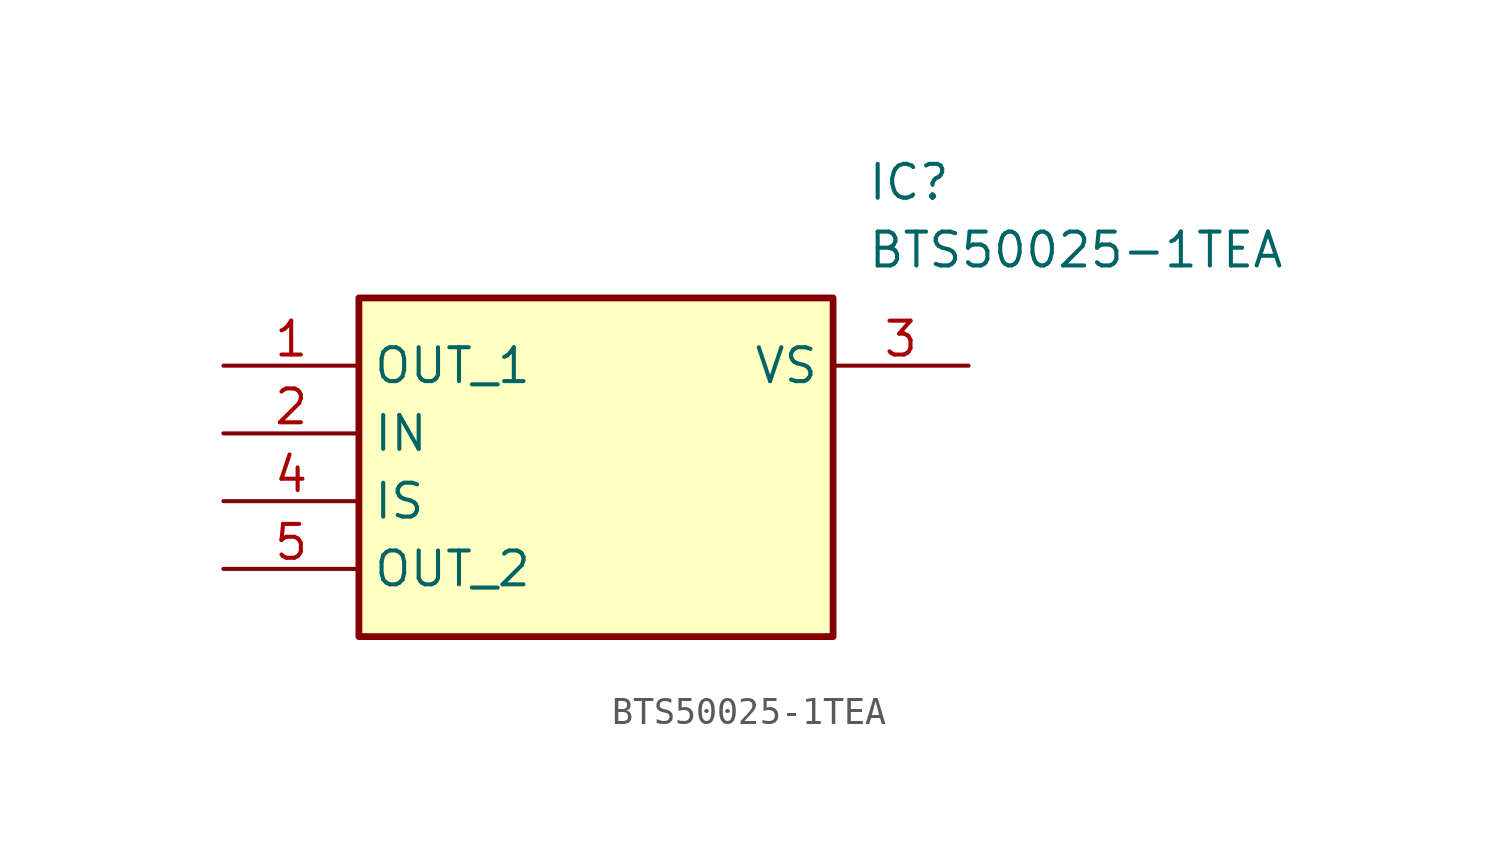
<source format=kicad_sym>
(kicad_symbol_lib
  (version 20211014)
  (generator SamacSys_ECAD_Model)
  (symbol "BTS50025-1TEA"
    (property "Reference" "IC"
      (at 24.13 7.62 0)
      (effects (font (size 1.27 1.27)) (justify left top)))
    (property "Value" "BTS50025-1TEA"
      (at 24.13 5.08 0)
      (effects (font (size 1.27 1.27)) (justify left top)))
    (rectangle
      (start 5.08 2.54)
      (end 22.86 -10.16)
      (stroke (width 0.254) (type default))
      (fill (type background)))
    (pin passive line
      (at 0 0 0)
      (length 5.08)
      (name "OUT_1" (effects (font (size 1.27 1.27))))
      (number "1" (effects (font (size 1.27 1.27)))))
    (pin passive line
      (at 0 -2.54 0)
      (length 5.08)
      (name "IN" (effects (font (size 1.27 1.27))))
      (number "2" (effects (font (size 1.27 1.27)))))
    (pin passive line
      (at 27.94 0 180)
      (length 5.08)
      (name "VS" (effects (font (size 1.27 1.27))))
      (number "3" (effects (font (size 1.27 1.27)))))
    (pin passive line
      (at 0 -5.08 0)
      (length 5.08)
      (name "IS" (effects (font (size 1.27 1.27))))
      (number "4" (effects (font (size 1.27 1.27)))))
    (pin passive line
      (at 0 -7.62 0)
      (length 5.08)
      (name "OUT_2" (effects (font (size 1.27 1.27))))
      (number "5" (effects (font (size 1.27 1.27)))))))
</source>
